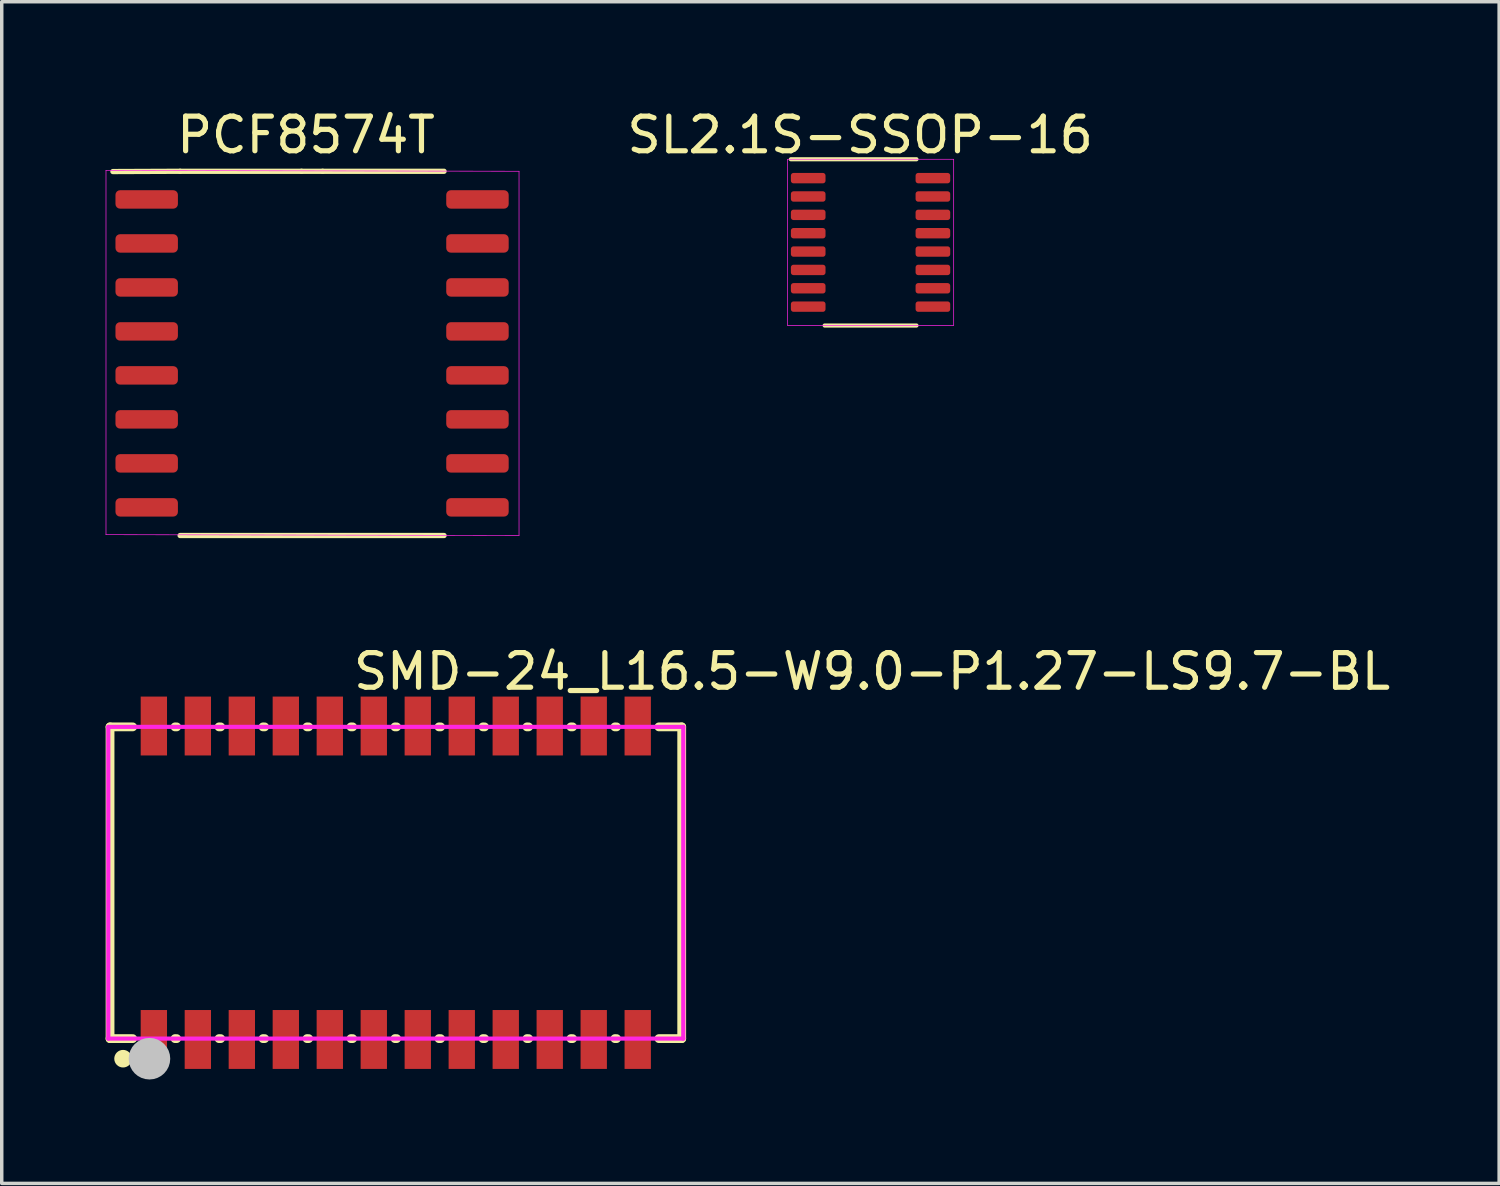
<source format=kicad_pcb>
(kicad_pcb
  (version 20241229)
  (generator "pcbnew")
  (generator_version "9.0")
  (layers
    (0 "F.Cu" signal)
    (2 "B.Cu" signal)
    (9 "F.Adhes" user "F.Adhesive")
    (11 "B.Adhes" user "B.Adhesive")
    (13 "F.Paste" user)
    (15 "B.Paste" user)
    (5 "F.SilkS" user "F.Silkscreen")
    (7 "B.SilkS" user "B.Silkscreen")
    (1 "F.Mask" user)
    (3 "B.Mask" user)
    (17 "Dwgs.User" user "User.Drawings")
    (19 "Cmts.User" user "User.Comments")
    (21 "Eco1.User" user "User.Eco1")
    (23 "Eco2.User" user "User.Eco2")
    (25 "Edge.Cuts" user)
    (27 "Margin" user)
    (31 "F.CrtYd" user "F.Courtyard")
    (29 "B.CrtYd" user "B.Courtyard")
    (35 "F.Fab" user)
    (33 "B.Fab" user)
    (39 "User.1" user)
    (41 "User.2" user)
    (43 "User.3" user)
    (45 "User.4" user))
  (footprint "PCF8574T"
    (layer "F.Cu")
    (at 5.785 7.248)
    (property "Reference" "PCF8574T" (at 0 -6.4 0) (unlocked yes) (layer "F.SilkS") (effects (font (size 1 1) (thickness 0.15))))
    (attr smd)
    (fp_line (start -3.635 -5.353) (end -5.575 -5.345) (stroke (width 0.152) (type solid)) (layer "F.SilkS"))
    (fp_line (start -3.635 5.163) (end 3.985 5.163) (stroke (width 0.152) (type solid)) (layer "F.SilkS"))
    (fp_line (start -0.13 -5.353) (end -3.635 -5.353) (stroke (width 0.152) (type solid)) (layer "F.SilkS"))
    (fp_line (start 0.48 -5.353) (end -0.13 -5.353) (stroke (width 0.152) (type solid)) (layer "F.SilkS"))
    (fp_line (start 3.985 -5.353) (end 0.48 -5.353) (stroke (width 0.152) (type solid)) (layer "F.SilkS"))
    (fp_line (start -5.775 -5.378) (end -5.775 5.138) (stroke (width 0.02) (type solid)) (layer "F.CrtYd"))
    (fp_line (start -5.775 -5.378) (end 6.15 -5.353) (stroke (width 0.02) (type solid)) (layer "F.CrtYd"))
    (fp_line (start -5.775 5.138) (end 6.15 5.163) (stroke (width 0.02) (type solid)) (layer "F.CrtYd"))
    (fp_line (start 6.15 5.163) (end 6.15 -5.353) (stroke (width 0.02) (type solid)) (layer "F.CrtYd"))
    (pad "1" smd roundrect (at -4.6 -4.54) (size 1.803 0.533) (layers "F.Cu" "F.Mask" "F.Paste") (roundrect_rratio 0.25))
    (pad "2" smd roundrect (at -4.6 -3.27) (size 1.803 0.533) (layers "F.Cu" "F.Mask" "F.Paste") (roundrect_rratio 0.25))
    (pad "3" smd roundrect (at -4.6 -2) (size 1.803 0.533) (layers "F.Cu" "F.Mask" "F.Paste") (roundrect_rratio 0.25))
    (pad "4" smd roundrect (at -4.6 -0.73) (size 1.803 0.533) (layers "F.Cu" "F.Mask" "F.Paste") (roundrect_rratio 0.25))
    (pad "5" smd roundrect (at -4.6 0.54) (size 1.803 0.533) (layers "F.Cu" "F.Mask" "F.Paste") (roundrect_rratio 0.25))
    (pad "6" smd roundrect (at -4.6 1.81) (size 1.803 0.533) (layers "F.Cu" "F.Mask" "F.Paste") (roundrect_rratio 0.25))
    (pad "7" smd roundrect (at -4.6 3.08) (size 1.803 0.533) (layers "F.Cu" "F.Mask" "F.Paste") (roundrect_rratio 0.25))
    (pad "8" smd roundrect (at -4.6 4.35) (size 1.803 0.533) (layers "F.Cu" "F.Mask" "F.Paste") (roundrect_rratio 0.25))
    (pad "9" smd roundrect (at 4.95 4.35) (size 1.803 0.533) (layers "F.Cu" "F.Mask" "F.Paste") (roundrect_rratio 0.25))
    (pad "10" smd roundrect (at 4.95 3.08) (size 1.803 0.533) (layers "F.Cu" "F.Mask" "F.Paste") (roundrect_rratio 0.25))
    (pad "11" smd roundrect (at 4.95 1.81) (size 1.803 0.533) (layers "F.Cu" "F.Mask" "F.Paste") (roundrect_rratio 0.25))
    (pad "12" smd roundrect (at 4.95 0.54) (size 1.803 0.533) (layers "F.Cu" "F.Mask" "F.Paste") (roundrect_rratio 0.25))
    (pad "13" smd roundrect (at 4.95 -0.73) (size 1.803 0.533) (layers "F.Cu" "F.Mask" "F.Paste") (roundrect_rratio 0.25))
    (pad "14" smd roundrect (at 4.95 -2) (size 1.803 0.533) (layers "F.Cu" "F.Mask" "F.Paste") (roundrect_rratio 0.25))
    (pad "15" smd roundrect (at 4.95 -3.27) (size 1.803 0.533) (layers "F.Cu" "F.Mask" "F.Paste") (roundrect_rratio 0.25))
    (pad "16" smd roundrect (at 4.95 -4.54) (size 1.803 0.533) (layers "F.Cu" "F.Mask" "F.Paste") (roundrect_rratio 0.25)))
  (footprint "SMD-24_L16.5-W9.0-P1.27-LS9.7-BL"
    (layer "F.Cu")
    (at 8.377 22.436)
    (property "Reference" "SMD-24_L16.5-W9.0-P1.27-LS9.7-BL" (at -1.3 -6.1 0) (layer "F.SilkS") (effects (font (size 1 1) (thickness 0.15)) (justify left)))
    (attr through_hole)
    (fp_line (start -8.25 -4.5) (end -8.25 4.5) (stroke (width 0.254) (type solid)) (layer "F.SilkS"))
    (fp_line (start -8.25 -4.5) (end -7.596 -4.5) (stroke (width 0.254) (type solid)) (layer "F.SilkS"))
    (fp_line (start -8.25 4.5) (end -7.596 4.5) (stroke (width 0.254) (type solid)) (layer "F.SilkS"))
    (fp_line (start -6.374 -4.5) (end -6.326 -4.5) (stroke (width 0.254) (type solid)) (layer "F.SilkS"))
    (fp_line (start -6.374 4.5) (end -6.326 4.5) (stroke (width 0.254) (type solid)) (layer "F.SilkS"))
    (fp_line (start -5.104 -4.5) (end -5.056 -4.5) (stroke (width 0.254) (type solid)) (layer "F.SilkS"))
    (fp_line (start -5.104 4.5) (end -5.056 4.5) (stroke (width 0.254) (type solid)) (layer "F.SilkS"))
    (fp_line (start -3.834 -4.5) (end -3.786 -4.5) (stroke (width 0.254) (type solid)) (layer "F.SilkS"))
    (fp_line (start -3.834 4.5) (end -3.786 4.5) (stroke (width 0.254) (type solid)) (layer "F.SilkS"))
    (fp_line (start -2.564 -4.5) (end -2.516 -4.5) (stroke (width 0.254) (type solid)) (layer "F.SilkS"))
    (fp_line (start -2.564 4.5) (end -2.516 4.5) (stroke (width 0.254) (type solid)) (layer "F.SilkS"))
    (fp_line (start -1.294 -4.5) (end -1.246 -4.5) (stroke (width 0.254) (type solid)) (layer "F.SilkS"))
    (fp_line (start -1.294 4.5) (end -1.246 4.5) (stroke (width 0.254) (type solid)) (layer "F.SilkS"))
    (fp_line (start -0.024 -4.5) (end 0.024 -4.5) (stroke (width 0.254) (type solid)) (layer "F.SilkS"))
    (fp_line (start -0.024 4.5) (end 0.024 4.5) (stroke (width 0.254) (type solid)) (layer "F.SilkS"))
    (fp_line (start 1.246 -4.5) (end 1.294 -4.5) (stroke (width 0.254) (type solid)) (layer "F.SilkS"))
    (fp_line (start 1.246 4.5) (end 1.294 4.5) (stroke (width 0.254) (type solid)) (layer "F.SilkS"))
    (fp_line (start 2.516 -4.5) (end 2.564 -4.5) (stroke (width 0.254) (type solid)) (layer "F.SilkS"))
    (fp_line (start 2.516 4.5) (end 2.564 4.5) (stroke (width 0.254) (type solid)) (layer "F.SilkS"))
    (fp_line (start 3.786 -4.5) (end 3.834 -4.5) (stroke (width 0.254) (type solid)) (layer "F.SilkS"))
    (fp_line (start 3.786 4.5) (end 3.834 4.5) (stroke (width 0.254) (type solid)) (layer "F.SilkS"))
    (fp_line (start 5.056 -4.5) (end 5.104 -4.5) (stroke (width 0.254) (type solid)) (layer "F.SilkS"))
    (fp_line (start 5.056 4.5) (end 5.104 4.5) (stroke (width 0.254) (type solid)) (layer "F.SilkS"))
    (fp_line (start 6.326 -4.5) (end 6.374 -4.5) (stroke (width 0.254) (type solid)) (layer "F.SilkS"))
    (fp_line (start 6.326 4.5) (end 6.374 4.5) (stroke (width 0.254) (type solid)) (layer "F.SilkS"))
    (fp_line (start 7.596 -4.5) (end 8.255 -4.5) (stroke (width 0.254) (type solid)) (layer "F.SilkS"))
    (fp_line (start 7.596 4.5) (end 8.255 4.5) (stroke (width 0.254) (type solid)) (layer "F.SilkS"))
    (fp_line (start 8.255 4.5) (end 8.255 -4.5) (stroke (width 0.254) (type solid)) (layer "F.SilkS"))
    (fp_circle (center -7.874 5.08) (end -7.747 5.08) (stroke (width 0.254) (type solid)) (fill no) (layer "F.SilkS"))
    (fp_circle (center -7.112 5.08) (end -6.812 5.08) (stroke (width 0.6) (type solid)) (fill no) (layer "Dwgs.User"))
    (fp_circle (center -8.3 4.85) (end -8.27 4.85) (stroke (width 0.06) (type solid)) (fill no) (layer "Eco2.User"))
    (fp_poly (pts (xy -7.21 -4.85) (xy -6.76 -4.85) (xy -6.76 -3.7) (xy -7.21 -3.7)) (stroke (width 0.12) (type solid)) (fill no) (layer "Eco2.User"))
    (fp_poly (pts (xy -7.21 3.7) (xy -6.76 3.7) (xy -6.76 4.85) (xy -7.21 4.85)) (stroke (width 0.12) (type solid)) (fill no) (layer "Eco2.User"))
    (fp_poly (pts (xy -5.94 -4.85) (xy -5.49 -4.85) (xy -5.49 -3.7) (xy -5.94 -3.7)) (stroke (width 0.12) (type solid)) (fill no) (layer "Eco2.User"))
    (fp_poly (pts (xy -5.94 3.7) (xy -5.49 3.7) (xy -5.49 4.85) (xy -5.94 4.85)) (stroke (width 0.12) (type solid)) (fill no) (layer "Eco2.User"))
    (fp_poly (pts (xy -4.67 -4.85) (xy -4.22 -4.85) (xy -4.22 -3.7) (xy -4.67 -3.7)) (stroke (width 0.12) (type solid)) (fill no) (layer "Eco2.User"))
    (fp_poly (pts (xy -4.67 3.7) (xy -4.22 3.7) (xy -4.22 4.85) (xy -4.67 4.85)) (stroke (width 0.12) (type solid)) (fill no) (layer "Eco2.User"))
    (fp_poly (pts (xy -3.4 -4.85) (xy -2.95 -4.85) (xy -2.95 -3.7) (xy -3.4 -3.7)) (stroke (width 0.12) (type solid)) (fill no) (layer "Eco2.User"))
    (fp_poly (pts (xy -3.4 3.7) (xy -2.95 3.7) (xy -2.95 4.85) (xy -3.4 4.85)) (stroke (width 0.12) (type solid)) (fill no) (layer "Eco2.User"))
    (fp_poly (pts (xy -2.13 -4.85) (xy -1.68 -4.85) (xy -1.68 -3.7) (xy -2.13 -3.7)) (stroke (width 0.12) (type solid)) (fill no) (layer "Eco2.User"))
    (fp_poly (pts (xy -2.13 3.7) (xy -1.68 3.7) (xy -1.68 4.85) (xy -2.13 4.85)) (stroke (width 0.12) (type solid)) (fill no) (layer "Eco2.User"))
    (fp_poly (pts (xy -0.86 -4.85) (xy -0.41 -4.85) (xy -0.41 -3.7) (xy -0.86 -3.7)) (stroke (width 0.12) (type solid)) (fill no) (layer "Eco2.User"))
    (fp_poly (pts (xy -0.86 3.7) (xy -0.41 3.7) (xy -0.41 4.85) (xy -0.86 4.85)) (stroke (width 0.12) (type solid)) (fill no) (layer "Eco2.User"))
    (fp_poly (pts (xy 0.41 -4.85) (xy 0.86 -4.85) (xy 0.86 -3.7) (xy 0.41 -3.7)) (stroke (width 0.12) (type solid)) (fill no) (layer "Eco2.User"))
    (fp_poly (pts (xy 0.41 3.7) (xy 0.86 3.7) (xy 0.86 4.85) (xy 0.41 4.85)) (stroke (width 0.12) (type solid)) (fill no) (layer "Eco2.User"))
    (fp_poly (pts (xy 1.68 -4.85) (xy 2.13 -4.85) (xy 2.13 -3.7) (xy 1.68 -3.7)) (stroke (width 0.12) (type solid)) (fill no) (layer "Eco2.User"))
    (fp_poly (pts (xy 1.68 3.7) (xy 2.13 3.7) (xy 2.13 4.85) (xy 1.68 4.85)) (stroke (width 0.12) (type solid)) (fill no) (layer "Eco2.User"))
    (fp_poly (pts (xy 2.95 -4.85) (xy 3.4 -4.85) (xy 3.4 -3.7) (xy 2.95 -3.7)) (stroke (width 0.12) (type solid)) (fill no) (layer "Eco2.User"))
    (fp_poly (pts (xy 2.95 3.7) (xy 3.4 3.7) (xy 3.4 4.85) (xy 2.95 4.85)) (stroke (width 0.12) (type solid)) (fill no) (layer "Eco2.User"))
    (fp_poly (pts (xy 4.22 -4.85) (xy 4.67 -4.85) (xy 4.67 -3.7) (xy 4.22 -3.7)) (stroke (width 0.12) (type solid)) (fill no) (layer "Eco2.User"))
    (fp_poly (pts (xy 4.22 3.7) (xy 4.67 3.7) (xy 4.67 4.85) (xy 4.22 4.85)) (stroke (width 0.12) (type solid)) (fill no) (layer "Eco2.User"))
    (fp_poly (pts (xy 5.49 -4.85) (xy 5.94 -4.85) (xy 5.94 -3.7) (xy 5.49 -3.7)) (stroke (width 0.12) (type solid)) (fill no) (layer "Eco2.User"))
    (fp_poly (pts (xy 5.49 3.7) (xy 5.94 3.7) (xy 5.94 4.85) (xy 5.49 4.85)) (stroke (width 0.12) (type solid)) (fill no) (layer "Eco2.User"))
    (fp_poly (pts (xy 6.76 -4.85) (xy 7.21 -4.85) (xy 7.21 -3.7) (xy 6.76 -3.7)) (stroke (width 0.12) (type solid)) (fill no) (layer "Eco2.User"))
    (fp_poly (pts (xy 6.76 3.7) (xy 7.21 3.7) (xy 7.21 4.85) (xy 6.76 4.85)) (stroke (width 0.12) (type solid)) (fill no) (layer "Eco2.User"))
    (fp_line (start -8.3 -4.5) (end 8.3 -4.5) (stroke (width 0.12) (type solid)) (layer "F.CrtYd"))
    (fp_line (start -8.3 4.5) (end -8.3 -4.5) (stroke (width 0.12) (type solid)) (layer "F.CrtYd"))
    (fp_line (start 8.3 -4.5) (end 8.3 4.5) (stroke (width 0.12) (type solid)) (layer "F.CrtYd"))
    (fp_line (start 8.3 4.5) (end -8.3 4.5) (stroke (width 0.12) (type solid)) (layer "F.CrtYd"))
    (pad "1" smd rect (at -6.985 4.525) (size 0.76 1.7) (layers "F.Cu" "F.Mask" "F.Paste"))
    (pad "2" smd rect (at -5.715 4.525) (size 0.76 1.7) (layers "F.Cu" "F.Mask" "F.Paste"))
    (pad "3" smd rect (at -4.445 4.525) (size 0.76 1.7) (layers "F.Cu" "F.Mask" "F.Paste"))
    (pad "4" smd rect (at -3.175 4.525) (size 0.76 1.7) (layers "F.Cu" "F.Mask" "F.Paste"))
    (pad "5" smd rect (at -1.905 4.525) (size 0.76 1.7) (layers "F.Cu" "F.Mask" "F.Paste"))
    (pad "6" smd rect (at -0.635 4.525) (size 0.76 1.7) (layers "F.Cu" "F.Mask" "F.Paste"))
    (pad "7" smd rect (at 0.635 4.525) (size 0.76 1.7) (layers "F.Cu" "F.Mask" "F.Paste"))
    (pad "8" smd rect (at 1.905 4.525) (size 0.76 1.7) (layers "F.Cu" "F.Mask" "F.Paste"))
    (pad "9" smd rect (at 3.175 4.525) (size 0.76 1.7) (layers "F.Cu" "F.Mask" "F.Paste"))
    (pad "10" smd rect (at 4.445 4.525) (size 0.76 1.7) (layers "F.Cu" "F.Mask" "F.Paste"))
    (pad "11" smd rect (at 5.715 4.525) (size 0.76 1.7) (layers "F.Cu" "F.Mask" "F.Paste"))
    (pad "12" smd rect (at 6.985 4.525) (size 0.76 1.7) (layers "F.Cu" "F.Mask" "F.Paste"))
    (pad "13" smd rect (at 6.985 -4.525) (size 0.76 1.7) (layers "F.Cu" "F.Mask" "F.Paste"))
    (pad "14" smd rect (at 5.715 -4.525) (size 0.76 1.7) (layers "F.Cu" "F.Mask" "F.Paste"))
    (pad "15" smd rect (at 4.445 -4.525) (size 0.76 1.7) (layers "F.Cu" "F.Mask" "F.Paste"))
    (pad "16" smd rect (at 3.175 -4.525) (size 0.76 1.7) (layers "F.Cu" "F.Mask" "F.Paste"))
    (pad "17" smd rect (at 1.905 -4.525) (size 0.76 1.7) (layers "F.Cu" "F.Mask" "F.Paste"))
    (pad "18" smd rect (at 0.635 -4.525) (size 0.76 1.7) (layers "F.Cu" "F.Mask" "F.Paste"))
    (pad "19" smd rect (at -0.635 -4.525) (size 0.76 1.7) (layers "F.Cu" "F.Mask" "F.Paste"))
    (pad "20" smd rect (at -1.905 -4.525) (size 0.76 1.7) (layers "F.Cu" "F.Mask" "F.Paste"))
    (pad "21" smd rect (at -3.175 -4.525) (size 0.76 1.7) (layers "F.Cu" "F.Mask" "F.Paste"))
    (pad "22" smd rect (at -4.445 -4.525) (size 0.76 1.7) (layers "F.Cu" "F.Mask" "F.Paste"))
    (pad "23" smd rect (at -5.715 -4.525) (size 0.76 1.7) (layers "F.Cu" "F.Mask" "F.Paste"))
    (pad "24" smd rect (at -6.985 -4.525) (size 0.76 1.7) (layers "F.Cu" "F.Mask" "F.Paste")))
  (footprint "SL2.1S-SSOP-16"
    (layer "F.Cu")
    (at 22.084 3.948)
    (property "Reference" "SL2.1S-SSOP-16" (at -0.3 -3.1 0) (unlocked yes) (layer "F.SilkS") (effects (font (size 1 1) (thickness 0.15))))
    (attr smd)
    (fp_line (start -2.3 -2.4) (end 1.325 -2.4) (stroke (width 0.12) (type solid)) (layer "F.SilkS"))
    (fp_line (start -1.325 2.4) (end 1.325 2.4) (stroke (width 0.12) (type solid)) (layer "F.SilkS"))
    (fp_rect (start -2.4 -2.4) (end 2.4 2.4) (stroke (width 0.02) (type solid)) (fill no) (layer "F.CrtYd"))
    (pad "1" smd roundrect (at -1.8 -1.855) (size 1 0.3) (layers "F.Cu" "F.Mask" "F.Paste") (roundrect_rratio 0.25))
    (pad "2" smd roundrect (at -1.8 -1.325) (size 1 0.3) (layers "F.Cu" "F.Mask" "F.Paste") (roundrect_rratio 0.25))
    (pad "3" smd roundrect (at -1.8 -0.795) (size 1 0.3) (layers "F.Cu" "F.Mask" "F.Paste") (roundrect_rratio 0.25))
    (pad "4" smd roundrect (at -1.8 -0.265) (size 1 0.3) (layers "F.Cu" "F.Mask" "F.Paste") (roundrect_rratio 0.25))
    (pad "5" smd roundrect (at -1.8 0.265) (size 1 0.3) (layers "F.Cu" "F.Mask" "F.Paste") (roundrect_rratio 0.25))
    (pad "6" smd roundrect (at -1.8 0.795) (size 1 0.3) (layers "F.Cu" "F.Mask" "F.Paste") (roundrect_rratio 0.25))
    (pad "7" smd roundrect (at -1.8 1.325) (size 1 0.3) (layers "F.Cu" "F.Mask" "F.Paste") (roundrect_rratio 0.25))
    (pad "8" smd roundrect (at -1.8 1.855) (size 1 0.3) (layers "F.Cu" "F.Mask" "F.Paste") (roundrect_rratio 0.25))
    (pad "9" smd roundrect (at 1.8 1.855) (size 1 0.3) (layers "F.Cu" "F.Mask" "F.Paste") (roundrect_rratio 0.25))
    (pad "10" smd roundrect (at 1.8 1.325) (size 1 0.3) (layers "F.Cu" "F.Mask" "F.Paste") (roundrect_rratio 0.25))
    (pad "11" smd roundrect (at 1.8 0.795) (size 1 0.3) (layers "F.Cu" "F.Mask" "F.Paste") (roundrect_rratio 0.25))
    (pad "12" smd roundrect (at 1.8 0.265) (size 1 0.3) (layers "F.Cu" "F.Mask" "F.Paste") (roundrect_rratio 0.25))
    (pad "13" smd roundrect (at 1.8 -0.265) (size 1 0.3) (layers "F.Cu" "F.Mask" "F.Paste") (roundrect_rratio 0.25))
    (pad "14" smd roundrect (at 1.8 -0.795) (size 1 0.3) (layers "F.Cu" "F.Mask" "F.Paste") (roundrect_rratio 0.25))
    (pad "15" smd roundrect (at 1.8 -1.325) (size 1 0.3) (layers "F.Cu" "F.Mask" "F.Paste") (roundrect_rratio 0.25))
    (pad "16" smd roundrect (at 1.8 -1.855) (size 1 0.3) (layers "F.Cu" "F.Mask" "F.Paste") (roundrect_rratio 0.25)))
  (gr_rect
    (start -3 -3)
    (end 40.232 31.116)
    (stroke (width 0.1) (type default))
    (fill no)
    (layer "Edge.Cuts")))
</source>
